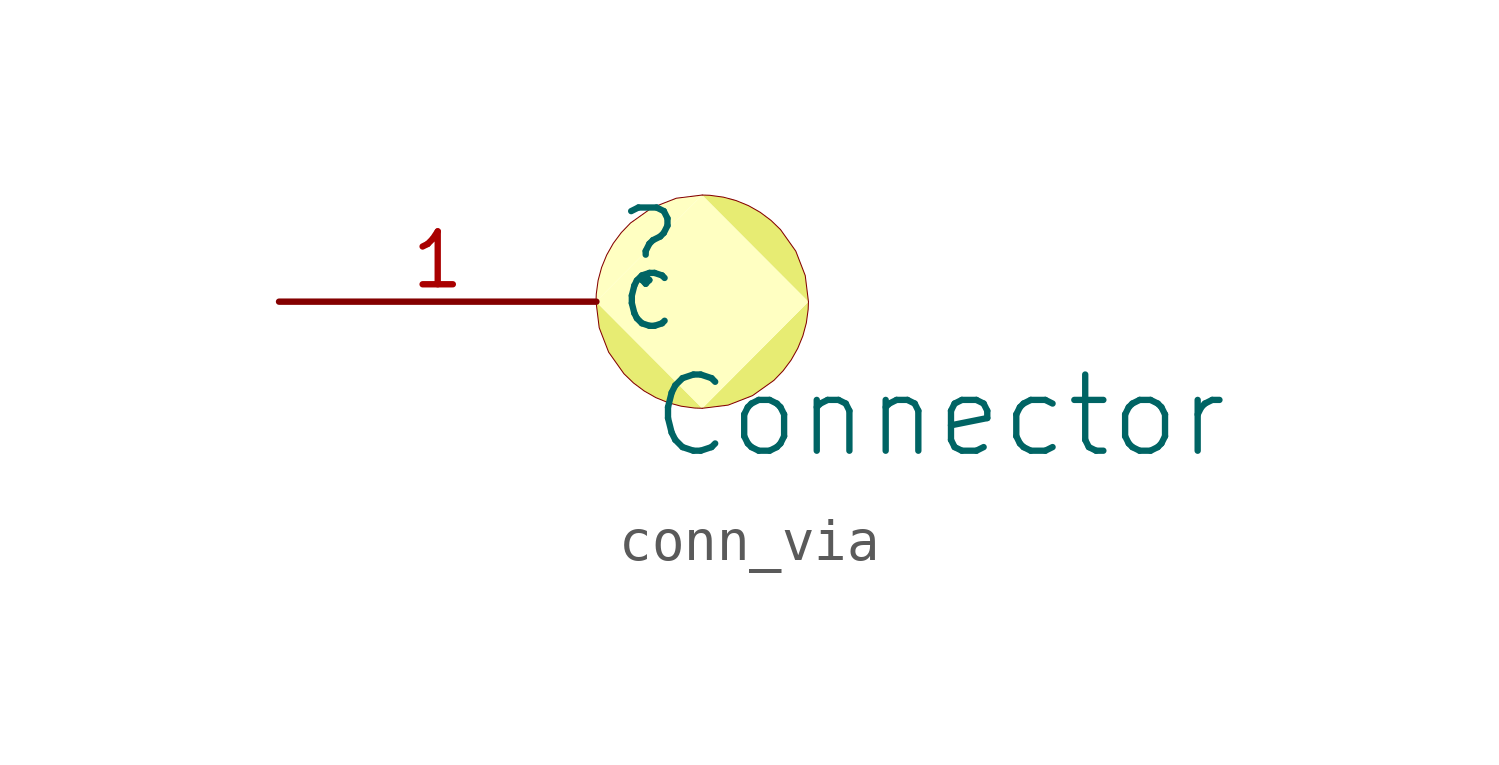
<source format=kicad_sym>
(kicad_symbol_lib
  (version 20241209)
  (generator "kicad_symbol_editor")
  (generator_version "9.0")
  (symbol "conn_via"
    (property "Reference" ""
      (at -1.27 1.27 0)
      (effects (font (size 1.829 1.829))))
    (property "Value" "Connector"
      (at -1.27 -3.81 0)
      (effects (font (size 1.829 1.829)) (justify left bottom)))
    (symbol "conn_via_1_0"
      (bezier (pts (xy -2.55 0) (xy -2.55 -1.414) (xy -1.408 -2.56) (xy 0 -2.56)) (stroke (width 0.025) (type solid)) (fill (type color) (color 231 236 115 1)))
      (bezier (pts (xy 0 2.56) (xy -1.408 2.56) (xy -2.55 1.414) (xy -2.55 0)) (stroke (width 0.025) (type solid)) (fill (type background)))
      (bezier (pts (xy 0 -2.56) (xy 1.408 -2.56) (xy 2.55 -1.414) (xy 2.55 0)) (stroke (width 0.025) (type solid)) (fill (type color) (color 231 236 115 1)))
      (polyline (pts (xy 2.55 0) (xy 0 2.56) (xy -2.55 0) (xy 0 -2.56) (xy 2.55 0)) (stroke (width -0.0001) (type default)) (fill (type background)))
      (bezier (pts (xy 2.55 0) (xy 2.55 1.414) (xy 1.408 2.56) (xy 0 2.56)) (stroke (width 0.025) (type solid)) (fill (type color) (color 231 236 115 1)))
      (pin passive line (at -10.16 0 0) (length 7.62) (name "C" (effects (font (size 1.27 1.27)))) (number "1" (effects (font (size 1.27 1.27))))))))
</source>
